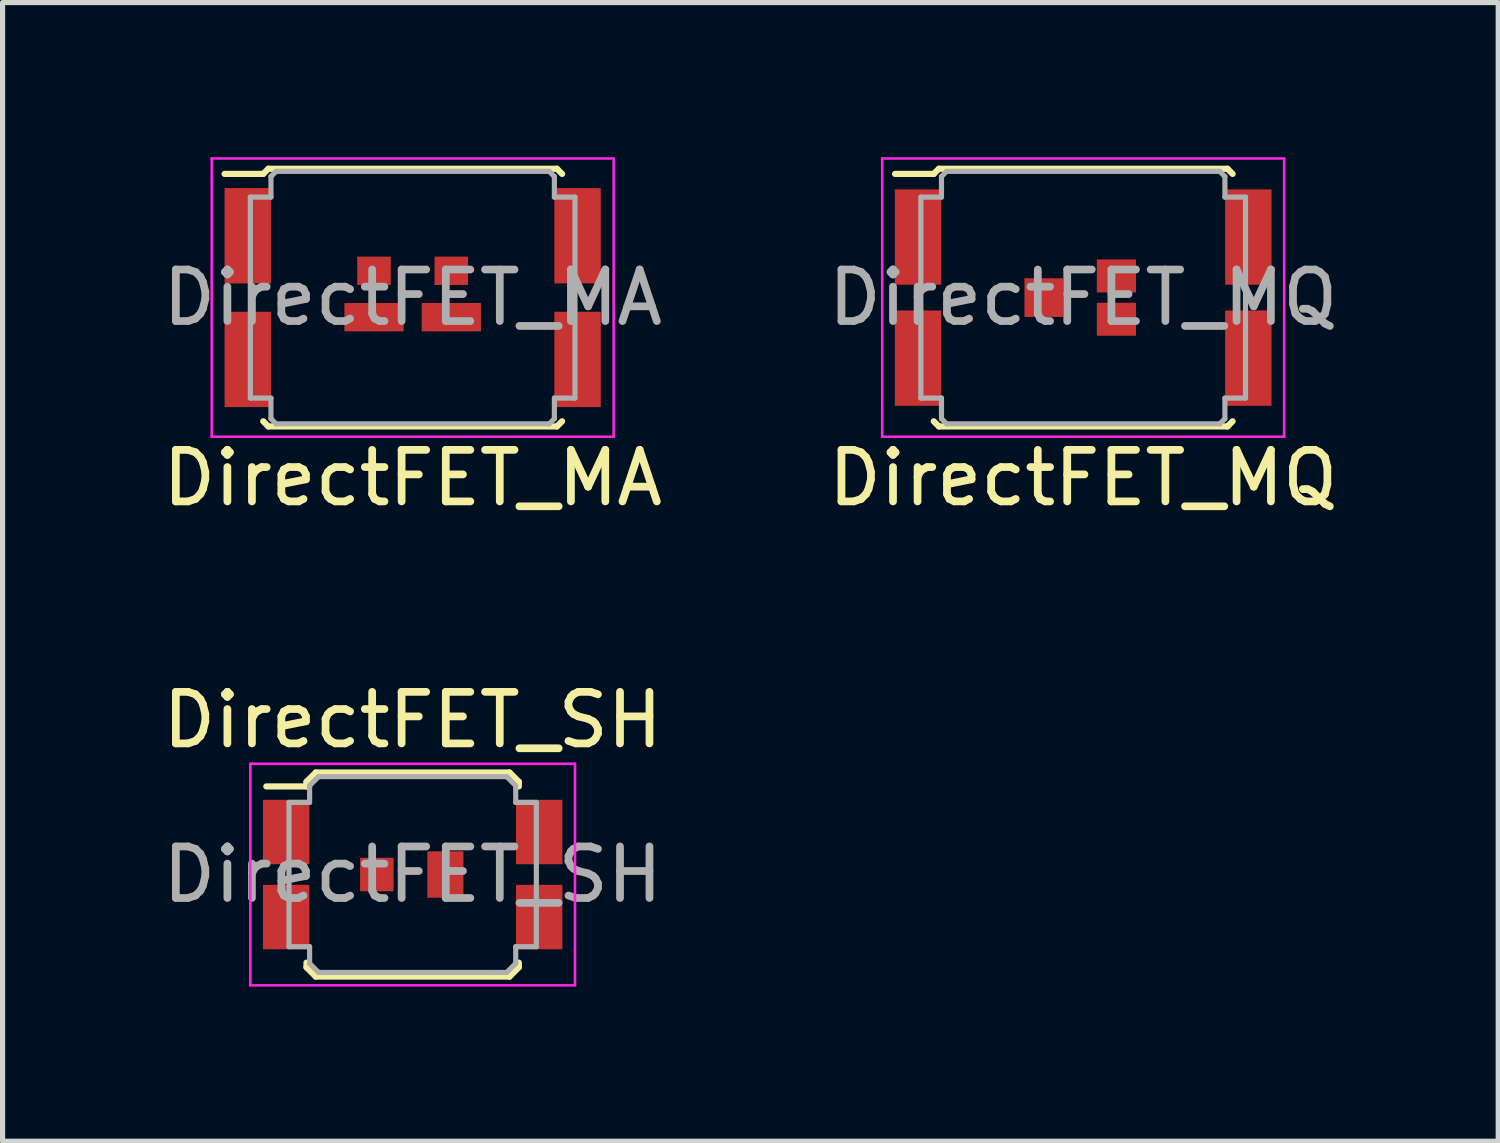
<source format=kicad_pcb>
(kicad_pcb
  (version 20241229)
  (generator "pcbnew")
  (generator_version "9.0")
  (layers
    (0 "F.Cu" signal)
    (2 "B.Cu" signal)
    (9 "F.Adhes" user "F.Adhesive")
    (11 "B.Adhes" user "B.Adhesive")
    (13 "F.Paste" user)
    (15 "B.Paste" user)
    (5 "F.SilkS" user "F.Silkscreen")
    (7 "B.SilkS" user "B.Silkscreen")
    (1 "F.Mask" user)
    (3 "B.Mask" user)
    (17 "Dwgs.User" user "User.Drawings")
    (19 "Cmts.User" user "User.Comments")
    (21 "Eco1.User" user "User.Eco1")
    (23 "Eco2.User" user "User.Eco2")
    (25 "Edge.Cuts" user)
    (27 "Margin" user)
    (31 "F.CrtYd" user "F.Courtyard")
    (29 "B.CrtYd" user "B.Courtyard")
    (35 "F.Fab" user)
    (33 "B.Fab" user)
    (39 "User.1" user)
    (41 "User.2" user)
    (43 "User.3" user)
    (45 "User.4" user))
  (footprint "DirectFET_MQ"
    (layer "F.Cu")
    (at 17.97 2.725)
    (property "Reference" "DirectFET_MQ" (at 0 3.5 0) (layer "F.SilkS") (effects (font (size 1 1) (thickness 0.15))))
    (attr smd)
    (fp_line (start -3.65 -2.4) (end -2.9 -2.4) (stroke (width 0.12) (type solid)) (layer "F.SilkS"))
    (fp_line (start -2.9 -2.4) (end -2.8 -2.5) (stroke (width 0.12) (type solid)) (layer "F.SilkS"))
    (fp_line (start -2.8 -2.5) (end 2.8 -2.5) (stroke (width 0.12) (type solid)) (layer "F.SilkS"))
    (fp_line (start -2.8 2.5) (end -2.9 2.4) (stroke (width 0.12) (type solid)) (layer "F.SilkS"))
    (fp_line (start 2.8 -2.5) (end 2.9 -2.4) (stroke (width 0.12) (type solid)) (layer "F.SilkS"))
    (fp_line (start 2.8 2.5) (end -2.8 2.5) (stroke (width 0.12) (type solid)) (layer "F.SilkS"))
    (fp_line (start 2.9 2.4) (end 2.8 2.5) (stroke (width 0.12) (type solid)) (layer "F.SilkS"))
    (fp_line (start -3.9 -2.7) (end -3.9 2.7) (stroke (width 0.05) (type solid)) (layer "F.CrtYd"))
    (fp_line (start -3.9 2.7) (end 3.9 2.7) (stroke (width 0.05) (type solid)) (layer "F.CrtYd"))
    (fp_line (start 3.9 -2.7) (end -3.9 -2.7) (stroke (width 0.05) (type solid)) (layer "F.CrtYd"))
    (fp_line (start 3.9 2.7) (end 3.9 -2.7) (stroke (width 0.05) (type solid)) (layer "F.CrtYd"))
    (fp_line (start -3.15 -1.95) (end -2.75 -1.95) (stroke (width 0.1) (type solid)) (layer "F.Fab"))
    (fp_line (start -3.15 1.95) (end -3.15 -1.95) (stroke (width 0.1) (type solid)) (layer "F.Fab"))
    (fp_line (start -3.15 1.95) (end -2.75 1.95) (stroke (width 0.1) (type solid)) (layer "F.Fab"))
    (fp_line (start -2.75 -2.35) (end -2.65 -2.45) (stroke (width 0.1) (type solid)) (layer "F.Fab"))
    (fp_line (start -2.75 -1.95) (end -2.75 -2.35) (stroke (width 0.1) (type solid)) (layer "F.Fab"))
    (fp_line (start -2.75 1.95) (end -2.75 2.35) (stroke (width 0.1) (type solid)) (layer "F.Fab"))
    (fp_line (start -2.75 2.35) (end -2.65 2.45) (stroke (width 0.1) (type solid)) (layer "F.Fab"))
    (fp_line (start -2.65 2.45) (end 2.65 2.45) (stroke (width 0.1) (type solid)) (layer "F.Fab"))
    (fp_line (start 2.65 -2.45) (end -2.65 -2.45) (stroke (width 0.1) (type solid)) (layer "F.Fab"))
    (fp_line (start 2.65 -2.45) (end 2.75 -2.35) (stroke (width 0.1) (type solid)) (layer "F.Fab"))
    (fp_line (start 2.75 -2.35) (end 2.75 -1.95) (stroke (width 0.1) (type solid)) (layer "F.Fab"))
    (fp_line (start 2.75 -1.95) (end 3.15 -1.95) (stroke (width 0.1) (type solid)) (layer "F.Fab"))
    (fp_line (start 2.75 1.95) (end 2.75 2.35) (stroke (width 0.1) (type solid)) (layer "F.Fab"))
    (fp_line (start 2.75 2.35) (end 2.65 2.45) (stroke (width 0.1) (type solid)) (layer "F.Fab"))
    (fp_line (start 3.15 -1.95) (end 3.15 1.95) (stroke (width 0.1) (type solid)) (layer "F.Fab"))
    (fp_line (start 3.15 1.95) (end 2.75 1.95) (stroke (width 0.1) (type solid)) (layer "F.Fab"))
    (fp_text user "${REFERENCE}" (at 0 0 0) (layer "F.Fab") (effects (font (size 1 1) (thickness 0.15))))
    (pad "1" smd rect (at -3.205 -1.175) (size 0.9 1.85) (layers "F.Cu" "F.Mask" "F.Paste"))
    (pad "1" smd rect (at -3.205 1.175) (size 0.9 1.85) (layers "F.Cu" "F.Mask" "F.Paste"))
    (pad "1" smd rect (at 3.205 -1.175) (size 0.9 1.85) (layers "F.Cu" "F.Mask" "F.Paste"))
    (pad "1" smd rect (at 3.205 1.175) (size 0.9 1.85) (layers "F.Cu" "F.Mask" "F.Paste"))
    (pad "2" smd rect (at -0.765 0) (size 0.75 0.75) (layers "F.Cu" "F.Mask" "F.Paste"))
    (pad "3" smd rect (at 0.645 -0.42) (size 0.76 0.64) (layers "F.Cu" "F.Mask" "F.Paste"))
    (pad "3" smd rect (at 0.645 0.42) (size 0.76 0.64) (layers "F.Cu" "F.Mask" "F.Paste")))
  (footprint "DirectFET_MA"
    (layer "F.Cu")
    (at 4.958 2.725)
    (property "Reference" "DirectFET_MA" (at 0 3.5 0) (layer "F.SilkS") (effects (font (size 1 1) (thickness 0.15))))
    (attr smd)
    (fp_line (start -3.65 -2.4) (end -2.9 -2.4) (stroke (width 0.12) (type solid)) (layer "F.SilkS"))
    (fp_line (start -2.9 -2.4) (end -2.8 -2.5) (stroke (width 0.12) (type solid)) (layer "F.SilkS"))
    (fp_line (start -2.8 -2.5) (end 2.8 -2.5) (stroke (width 0.12) (type solid)) (layer "F.SilkS"))
    (fp_line (start -2.8 2.5) (end -2.9 2.4) (stroke (width 0.12) (type solid)) (layer "F.SilkS"))
    (fp_line (start 2.8 -2.5) (end 2.9 -2.4) (stroke (width 0.12) (type solid)) (layer "F.SilkS"))
    (fp_line (start 2.8 2.5) (end -2.8 2.5) (stroke (width 0.12) (type solid)) (layer "F.SilkS"))
    (fp_line (start 2.9 2.4) (end 2.8 2.5) (stroke (width 0.12) (type solid)) (layer "F.SilkS"))
    (fp_line (start -3.9 -2.7) (end -3.9 2.7) (stroke (width 0.05) (type solid)) (layer "F.CrtYd"))
    (fp_line (start -3.9 2.7) (end 3.9 2.7) (stroke (width 0.05) (type solid)) (layer "F.CrtYd"))
    (fp_line (start 3.9 -2.7) (end -3.9 -2.7) (stroke (width 0.05) (type solid)) (layer "F.CrtYd"))
    (fp_line (start 3.9 2.7) (end 3.9 -2.7) (stroke (width 0.05) (type solid)) (layer "F.CrtYd"))
    (fp_line (start -3.15 -1.95) (end -2.75 -1.95) (stroke (width 0.1) (type solid)) (layer "F.Fab"))
    (fp_line (start -3.15 1.95) (end -3.15 -1.95) (stroke (width 0.1) (type solid)) (layer "F.Fab"))
    (fp_line (start -3.15 1.95) (end -2.75 1.95) (stroke (width 0.1) (type solid)) (layer "F.Fab"))
    (fp_line (start -2.75 -2.35) (end -2.65 -2.45) (stroke (width 0.1) (type solid)) (layer "F.Fab"))
    (fp_line (start -2.75 -1.95) (end -2.75 -2.35) (stroke (width 0.1) (type solid)) (layer "F.Fab"))
    (fp_line (start -2.75 1.95) (end -2.75 2.35) (stroke (width 0.1) (type solid)) (layer "F.Fab"))
    (fp_line (start -2.75 2.35) (end -2.65 2.45) (stroke (width 0.1) (type solid)) (layer "F.Fab"))
    (fp_line (start -2.65 2.45) (end 2.65 2.45) (stroke (width 0.1) (type solid)) (layer "F.Fab"))
    (fp_line (start 2.65 -2.45) (end -2.65 -2.45) (stroke (width 0.1) (type solid)) (layer "F.Fab"))
    (fp_line (start 2.65 -2.45) (end 2.75 -2.35) (stroke (width 0.1) (type solid)) (layer "F.Fab"))
    (fp_line (start 2.75 -2.35) (end 2.75 -1.95) (stroke (width 0.1) (type solid)) (layer "F.Fab"))
    (fp_line (start 2.75 -1.95) (end 3.15 -1.95) (stroke (width 0.1) (type solid)) (layer "F.Fab"))
    (fp_line (start 2.75 1.95) (end 2.75 2.35) (stroke (width 0.1) (type solid)) (layer "F.Fab"))
    (fp_line (start 2.75 2.35) (end 2.65 2.45) (stroke (width 0.1) (type solid)) (layer "F.Fab"))
    (fp_line (start 3.15 -1.95) (end 3.15 1.95) (stroke (width 0.1) (type solid)) (layer "F.Fab"))
    (fp_line (start 3.15 1.95) (end 2.75 1.95) (stroke (width 0.1) (type solid)) (layer "F.Fab"))
    (fp_text user "${REFERENCE}" (at 0 0 0) (layer "F.Fab") (effects (font (size 1 1) (thickness 0.15))))
    (pad "1" smd rect (at -3.2 -1.2) (size 0.9 1.85) (layers "F.Cu" "F.Mask" "F.Paste"))
    (pad "1" smd rect (at -3.2 1.2) (size 0.9 1.85) (layers "F.Cu" "F.Mask" "F.Paste"))
    (pad "1" smd rect (at 3.2 -1.2) (size 0.9 1.85) (layers "F.Cu" "F.Mask" "F.Paste"))
    (pad "1" smd rect (at 3.2 1.2) (size 0.9 1.85) (layers "F.Cu" "F.Mask" "F.Paste"))
    (pad "2" smd rect (at -0.75 -0.52) (size 0.65 0.55) (layers "F.Cu" "F.Mask" "F.Paste"))
    (pad "2" smd rect (at 0.75 -0.52) (size 0.65 0.55) (layers "F.Cu" "F.Mask" "F.Paste"))
    (pad "3" smd rect (at -0.75 0.38) (size 1.15 0.55) (layers "F.Cu" "F.Mask" "F.Paste"))
    (pad "3" smd rect (at 0.75 0.38) (size 1.15 0.55) (layers "F.Cu" "F.Mask" "F.Paste")))
  (footprint "DirectFET_SH"
    (layer "F.Cu")
    (at 4.958 13.921)
    (property "Reference" "DirectFET_SH" (at 0 -3 0) (layer "F.SilkS") (effects (font (size 1 1) (thickness 0.15))))
    (attr smd)
    (fp_line (start -2.84 -1.71) (end -2.06 -1.71) (stroke (width 0.12) (type solid)) (layer "F.SilkS"))
    (fp_line (start -2.06 -1.8) (end -1.88 -1.98) (stroke (width 0.12) (type solid)) (layer "F.SilkS"))
    (fp_line (start -2.06 -1.71) (end -2.06 -1.8) (stroke (width 0.12) (type solid)) (layer "F.SilkS"))
    (fp_line (start -2.06 1.71) (end -2.06 1.8) (stroke (width 0.12) (type solid)) (layer "F.SilkS"))
    (fp_line (start -2.06 1.8) (end -1.88 1.98) (stroke (width 0.12) (type solid)) (layer "F.SilkS"))
    (fp_line (start -1.88 -1.98) (end 1.88 -1.98) (stroke (width 0.12) (type solid)) (layer "F.SilkS"))
    (fp_line (start -1.88 1.98) (end 1.88 1.98) (stroke (width 0.12) (type solid)) (layer "F.SilkS"))
    (fp_line (start 2.06 -1.8) (end 1.88 -1.98) (stroke (width 0.12) (type solid)) (layer "F.SilkS"))
    (fp_line (start 2.06 -1.71) (end 2.06 -1.8) (stroke (width 0.12) (type solid)) (layer "F.SilkS"))
    (fp_line (start 2.06 1.71) (end 2.06 1.8) (stroke (width 0.12) (type solid)) (layer "F.SilkS"))
    (fp_line (start 2.06 1.8) (end 1.88 1.98) (stroke (width 0.12) (type solid)) (layer "F.SilkS"))
    (fp_line (start -3.15 -2.15) (end -3.15 2.15) (stroke (width 0.05) (type solid)) (layer "F.CrtYd"))
    (fp_line (start -3.15 -2.15) (end 3.15 -2.15) (stroke (width 0.05) (type solid)) (layer "F.CrtYd"))
    (fp_line (start -3.15 2.15) (end 3.15 2.15) (stroke (width 0.05) (type solid)) (layer "F.CrtYd"))
    (fp_line (start 3.15 -2.15) (end 3.15 2.15) (stroke (width 0.05) (type solid)) (layer "F.CrtYd"))
    (fp_line (start -2.4 -1.4) (end -2 -1.4) (stroke (width 0.1) (type solid)) (layer "F.Fab"))
    (fp_line (start -2.4 1.4) (end -2.4 -1.4) (stroke (width 0.1) (type solid)) (layer "F.Fab"))
    (fp_line (start -2.4 1.4) (end -2 1.4) (stroke (width 0.1) (type solid)) (layer "F.Fab"))
    (fp_line (start -2 -1.725) (end -1.825 -1.9) (stroke (width 0.1) (type solid)) (layer "F.Fab"))
    (fp_line (start -2 -1.4) (end -2 -1.725) (stroke (width 0.1) (type solid)) (layer "F.Fab"))
    (fp_line (start -2 1.4) (end -2 1.725) (stroke (width 0.1) (type solid)) (layer "F.Fab"))
    (fp_line (start -2 1.725) (end -1.825 1.9) (stroke (width 0.1) (type solid)) (layer "F.Fab"))
    (fp_line (start -1.825 -1.9) (end 1.825 -1.9) (stroke (width 0.1) (type solid)) (layer "F.Fab"))
    (fp_line (start -1.825 1.9) (end 1.825 1.9) (stroke (width 0.1) (type solid)) (layer "F.Fab"))
    (fp_line (start 1.825 -1.9) (end 2 -1.725) (stroke (width 0.1) (type solid)) (layer "F.Fab"))
    (fp_line (start 1.825 1.9) (end 2 1.725) (stroke (width 0.1) (type solid)) (layer "F.Fab"))
    (fp_line (start 2 -1.4) (end 2 -1.725) (stroke (width 0.1) (type solid)) (layer "F.Fab"))
    (fp_line (start 2 1.4) (end 2 1.725) (stroke (width 0.1) (type solid)) (layer "F.Fab"))
    (fp_line (start 2.4 -1.4) (end 2 -1.4) (stroke (width 0.1) (type solid)) (layer "F.Fab"))
    (fp_line (start 2.4 1.4) (end 2 1.4) (stroke (width 0.1) (type solid)) (layer "F.Fab"))
    (fp_line (start 2.4 1.4) (end 2.4 -1.4) (stroke (width 0.1) (type solid)) (layer "F.Fab"))
    (fp_text user "${REFERENCE}" (at 0 0 0) (layer "F.Fab") (effects (font (size 1 1) (thickness 0.15))))
    (pad "1" smd rect (at -2.455 -0.825) (size 0.9 1.25) (layers "F.Cu" "F.Mask" "F.Paste"))
    (pad "1" smd rect (at -2.455 0.825) (size 0.9 1.25) (layers "F.Cu" "F.Mask" "F.Paste"))
    (pad "1" smd rect (at 2.455 -0.825) (size 0.9 1.25) (layers "F.Cu" "F.Mask" "F.Paste"))
    (pad "1" smd rect (at 2.455 0.825) (size 0.9 1.25) (layers "F.Cu" "F.Mask" "F.Paste"))
    (pad "2" smd rect (at -0.695 0) (size 0.65 0.65) (layers "F.Cu" "F.Mask" "F.Paste"))
    (pad "3" smd rect (at 0.635 0) (size 0.7 0.9) (layers "F.Cu" "F.Mask" "F.Paste")))
  (gr_rect
    (start -3 -3)
    (end 26.024 19.096)
    (stroke (width 0.1) (type default))
    (fill no)
    (layer "Edge.Cuts")))
</source>
